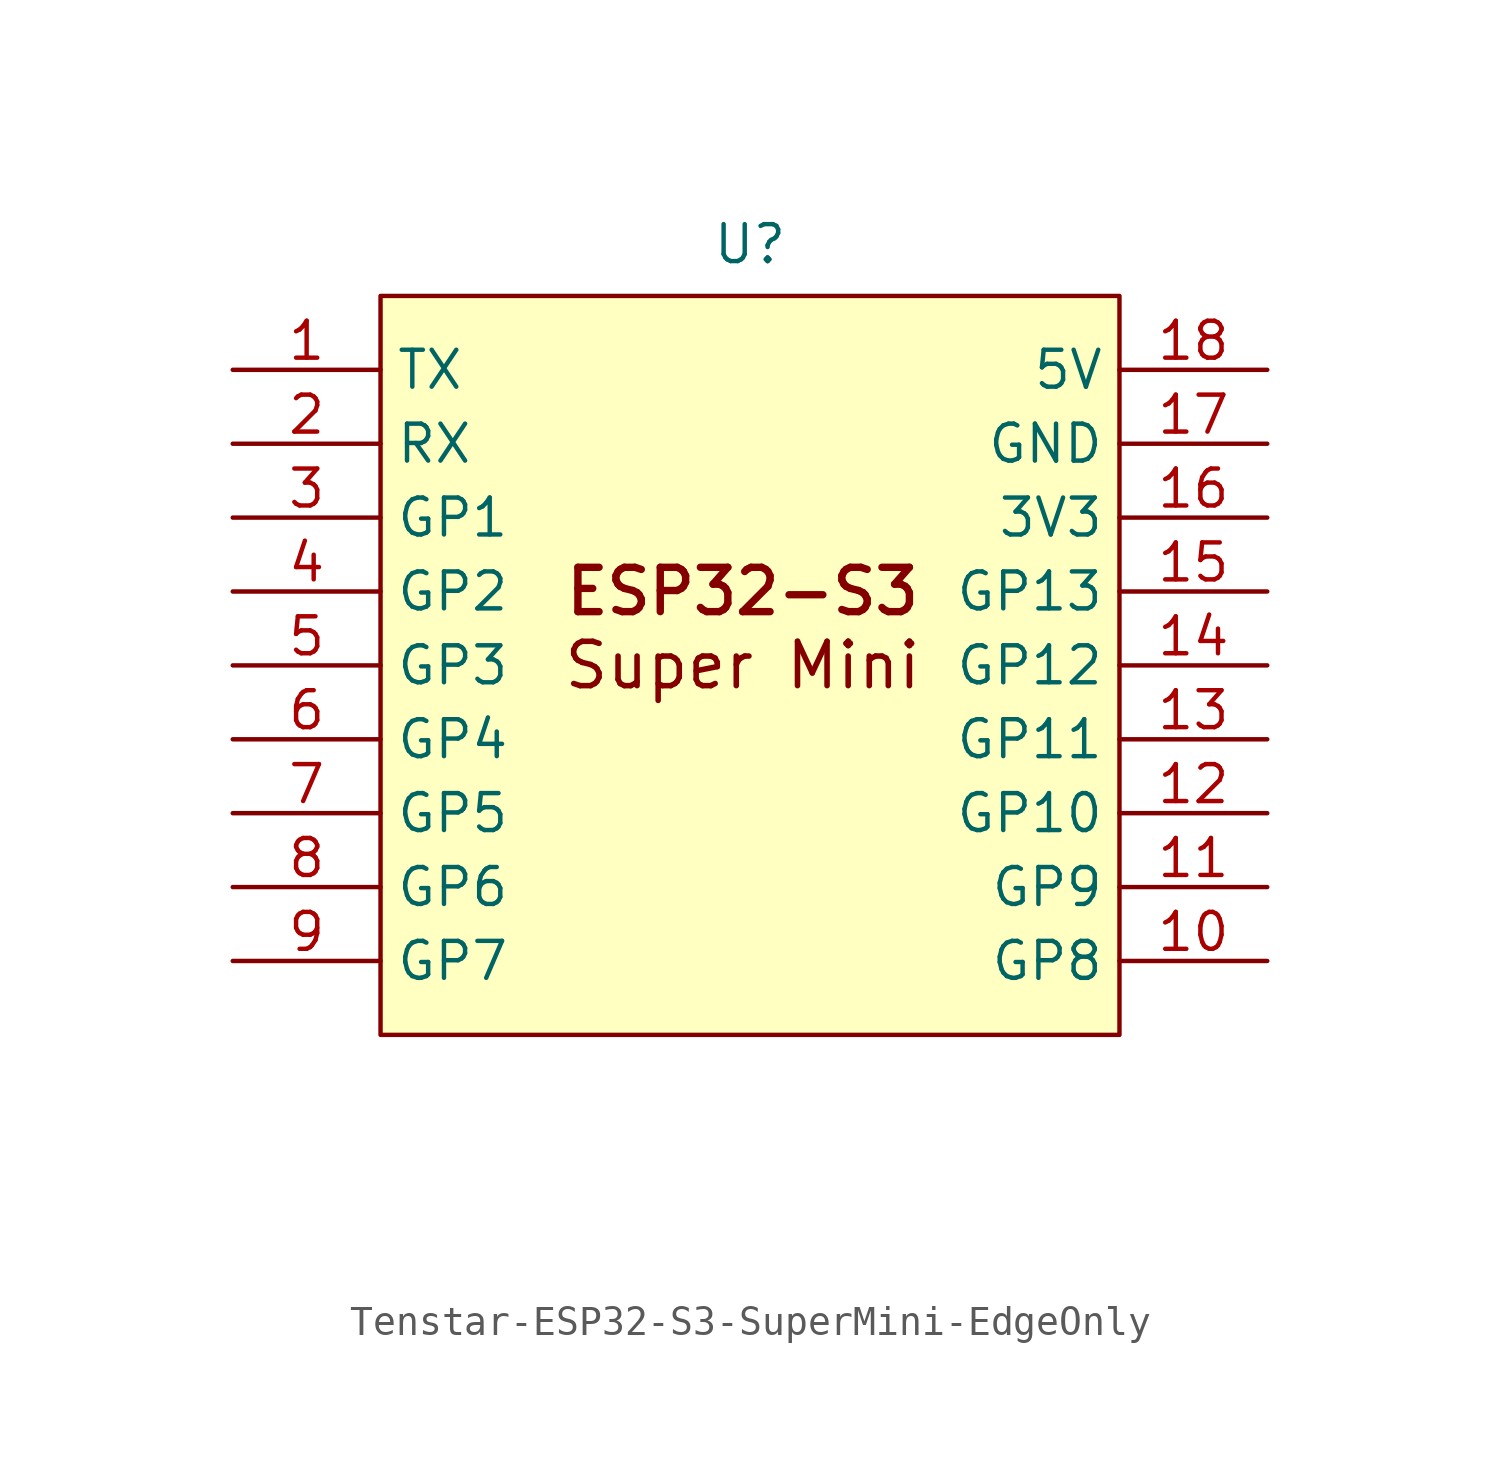
<source format=kicad_sym>
(kicad_symbol_lib
  (version 20231120)
  (generator "kicad_symbol_editor")
  (generator_version "8.0")
  (symbol "Tenstar-ESP32-S3-SuperMini-EdgeOnly"
    (property "Reference" "U"
      (at 0 14.478 0)
      (effects (font (size 1.27 1.27))))
    (property "Value" ""
      (at -2.54 12.7 0)
      (effects (font (size 1.27 1.27))))
    (symbol "Tenstar-ESP32-S3-SuperMini-EdgeOnly_1_1"
      (rectangle (start -12.7 12.7) (end 12.7 -12.7) (stroke (width 0) (type default)) (fill (type background)))
      (text private "Edge Pins Only" (at 0 -17.272 0) (effects (font (size 1.27 1.27) (color 14 149 141 1))))
      (text private "Tenstar-ESP32-S3-SuperMini" (at 0 -14.478 0) (effects (font (size 1.27 1.27) (color 14 149 141 1))))
      (text "ESP32-S3" (at -0.254 2.54 0) (effects (font (size 1.524 1.524) (thickness 0.254) (bold yes))))
      (text "Super Mini" (at -0.254 0 0) (effects (font (size 1.524 1.524) (thickness 0.191))))
      (pin output line (at -17.78 10.16 0) (length 5.08) (name "TX" (effects (font (size 1.27 1.27)))) (number "1" (effects (font (size 1.27 1.27)))))
      (pin bidirectional line (at 17.78 -10.16 180) (length 5.08) (name "GP8" (effects (font (size 1.27 1.27)))) (number "10" (effects (font (size 1.27 1.27)))))
      (pin bidirectional line (at 17.78 -7.62 180) (length 5.08) (name "GP9" (effects (font (size 1.27 1.27)))) (number "11" (effects (font (size 1.27 1.27)))))
      (pin bidirectional line (at 17.78 -5.08 180) (length 5.08) (name "GP10" (effects (font (size 1.27 1.27)))) (number "12" (effects (font (size 1.27 1.27)))))
      (pin bidirectional line (at 17.78 -2.54 180) (length 5.08) (name "GP11" (effects (font (size 1.27 1.27)))) (number "13" (effects (font (size 1.27 1.27)))))
      (pin bidirectional line (at 17.78 0 180) (length 5.08) (name "GP12" (effects (font (size 1.27 1.27)))) (number "14" (effects (font (size 1.27 1.27)))))
      (pin bidirectional line (at 17.78 2.54 180) (length 5.08) (name "GP13" (effects (font (size 1.27 1.27)))) (number "15" (effects (font (size 1.27 1.27)))))
      (pin power_out line (at 17.78 5.08 180) (length 5.08) (name "3V3" (effects (font (size 1.27 1.27)))) (number "16" (effects (font (size 1.27 1.27)))))
      (pin power_in line (at 17.78 7.62 180) (length 5.08) (name "GND" (effects (font (size 1.27 1.27)))) (number "17" (effects (font (size 1.27 1.27)))))
      (pin power_in line (at 17.78 10.16 180) (length 5.08) (name "5V" (effects (font (size 1.27 1.27)))) (number "18" (effects (font (size 1.27 1.27)))))
      (pin input line (at -17.78 7.62 0) (length 5.08) (name "RX" (effects (font (size 1.27 1.27)))) (number "2" (effects (font (size 1.27 1.27)))))
      (pin bidirectional line (at -17.78 5.08 0) (length 5.08) (name "GP1" (effects (font (size 1.27 1.27)))) (number "3" (effects (font (size 1.27 1.27)))))
      (pin bidirectional line (at -17.78 2.54 0) (length 5.08) (name "GP2" (effects (font (size 1.27 1.27)))) (number "4" (effects (font (size 1.27 1.27)))))
      (pin bidirectional line (at -17.78 0 0) (length 5.08) (name "GP3" (effects (font (size 1.27 1.27)))) (number "5" (effects (font (size 1.27 1.27)))))
      (pin bidirectional line (at -17.78 -2.54 0) (length 5.08) (name "GP4" (effects (font (size 1.27 1.27)))) (number "6" (effects (font (size 1.27 1.27)))))
      (pin bidirectional line (at -17.78 -5.08 0) (length 5.08) (name "GP5" (effects (font (size 1.27 1.27)))) (number "7" (effects (font (size 1.27 1.27)))))
      (pin bidirectional line (at -17.78 -7.62 0) (length 5.08) (name "GP6" (effects (font (size 1.27 1.27)))) (number "8" (effects (font (size 1.27 1.27)))))
      (pin bidirectional line (at -17.78 -10.16 0) (length 5.08) (name "GP7" (effects (font (size 1.27 1.27)))) (number "9" (effects (font (size 1.27 1.27))))))))
</source>
